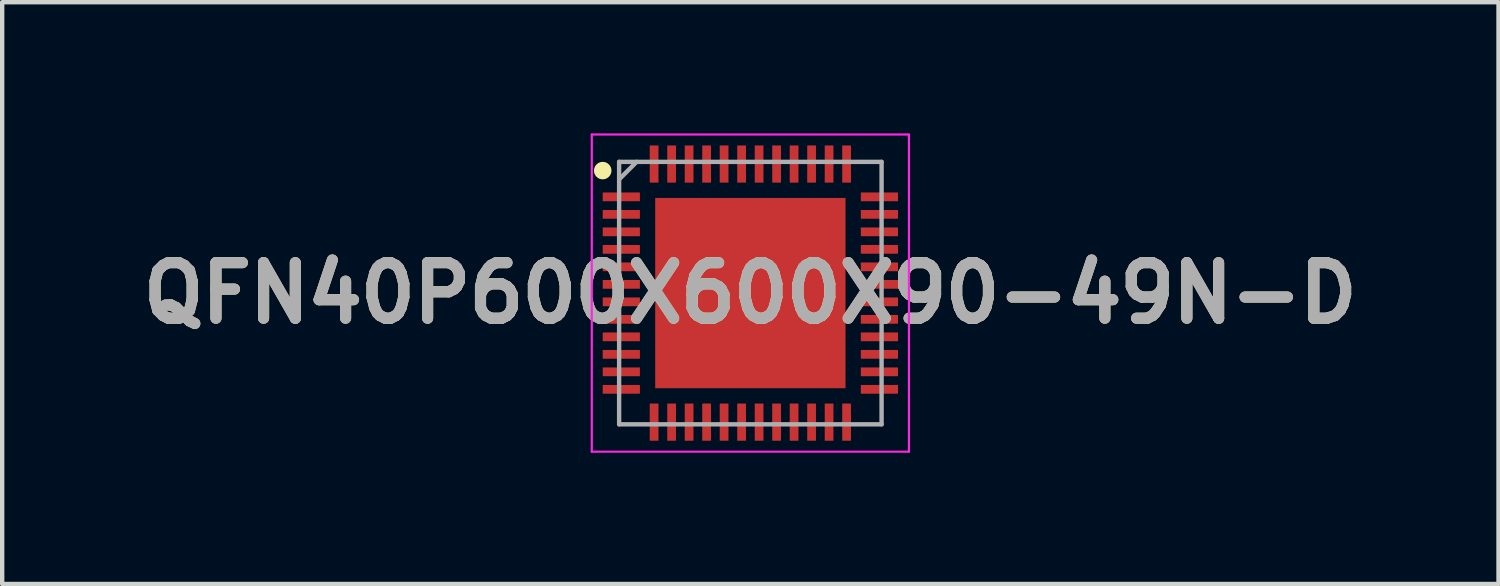
<source format=kicad_pcb>
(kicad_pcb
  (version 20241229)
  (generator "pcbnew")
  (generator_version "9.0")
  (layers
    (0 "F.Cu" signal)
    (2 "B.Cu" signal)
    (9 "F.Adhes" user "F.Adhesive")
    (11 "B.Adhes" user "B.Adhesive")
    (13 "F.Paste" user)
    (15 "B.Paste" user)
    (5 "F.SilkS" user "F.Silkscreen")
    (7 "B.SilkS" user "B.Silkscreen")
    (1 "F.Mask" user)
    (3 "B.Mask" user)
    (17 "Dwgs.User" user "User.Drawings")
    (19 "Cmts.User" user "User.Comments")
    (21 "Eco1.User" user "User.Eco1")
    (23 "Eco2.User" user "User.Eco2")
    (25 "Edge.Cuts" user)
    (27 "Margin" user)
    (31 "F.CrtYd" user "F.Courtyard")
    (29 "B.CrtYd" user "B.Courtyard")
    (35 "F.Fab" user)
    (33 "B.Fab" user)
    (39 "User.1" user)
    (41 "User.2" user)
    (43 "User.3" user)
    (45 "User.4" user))
  (footprint "QFN40P600X600X90-49N-D"
    (layer "F.Cu")
    (at 14.103 3.65)
    (property "Reference" "QFN40P600X600X90-49N-D" (at 0 0 0) (layer "F.SilkS") (effects (font (size 1.27 1.27) (thickness 0.254))))
    (attr smd)
    (fp_circle (center -3.375 -2.8) (end -3.375 -2.7) (stroke (width 0.2) (type solid)) (fill no) (layer "F.SilkS"))
    (fp_line (start -3.625 -3.625) (end 3.625 -3.625) (stroke (width 0.05) (type solid)) (layer "F.CrtYd"))
    (fp_line (start -3.625 3.625) (end -3.625 -3.625) (stroke (width 0.05) (type solid)) (layer "F.CrtYd"))
    (fp_line (start 3.625 -3.625) (end 3.625 3.625) (stroke (width 0.05) (type solid)) (layer "F.CrtYd"))
    (fp_line (start 3.625 3.625) (end -3.625 3.625) (stroke (width 0.05) (type solid)) (layer "F.CrtYd"))
    (fp_line (start -3 -3) (end 3 -3) (stroke (width 0.1) (type solid)) (layer "F.Fab"))
    (fp_line (start -3 -2.6) (end -2.6 -3) (stroke (width 0.1) (type solid)) (layer "F.Fab"))
    (fp_line (start -3 3) (end -3 -3) (stroke (width 0.1) (type solid)) (layer "F.Fab"))
    (fp_line (start 3 -3) (end 3 3) (stroke (width 0.1) (type solid)) (layer "F.Fab"))
    (fp_line (start 3 3) (end -3 3) (stroke (width 0.1) (type solid)) (layer "F.Fab"))
    (fp_text user "${REFERENCE}" (at 0 0 0) (layer "F.Fab") (effects (font (size 1.27 1.27) (thickness 0.254))))
    (pad "1" smd rect (at -2.95 -2.2 90) (size 0.2 0.85) (layers "F.Cu" "F.Mask" "F.Paste"))
    (pad "2" smd rect (at -2.95 -1.8 90) (size 0.2 0.85) (layers "F.Cu" "F.Mask" "F.Paste"))
    (pad "3" smd rect (at -2.95 -1.4 90) (size 0.2 0.85) (layers "F.Cu" "F.Mask" "F.Paste"))
    (pad "4" smd rect (at -2.95 -1 90) (size 0.2 0.85) (layers "F.Cu" "F.Mask" "F.Paste"))
    (pad "5" smd rect (at -2.95 -0.6 90) (size 0.2 0.85) (layers "F.Cu" "F.Mask" "F.Paste"))
    (pad "6" smd rect (at -2.95 -0.2 90) (size 0.2 0.85) (layers "F.Cu" "F.Mask" "F.Paste"))
    (pad "7" smd rect (at -2.95 0.2 90) (size 0.2 0.85) (layers "F.Cu" "F.Mask" "F.Paste"))
    (pad "8" smd rect (at -2.95 0.6 90) (size 0.2 0.85) (layers "F.Cu" "F.Mask" "F.Paste"))
    (pad "9" smd rect (at -2.95 1 90) (size 0.2 0.85) (layers "F.Cu" "F.Mask" "F.Paste"))
    (pad "10" smd rect (at -2.95 1.4 90) (size 0.2 0.85) (layers "F.Cu" "F.Mask" "F.Paste"))
    (pad "11" smd rect (at -2.95 1.8 90) (size 0.2 0.85) (layers "F.Cu" "F.Mask" "F.Paste"))
    (pad "12" smd rect (at -2.95 2.2 90) (size 0.2 0.85) (layers "F.Cu" "F.Mask" "F.Paste"))
    (pad "13" smd rect (at -2.2 2.95) (size 0.2 0.85) (layers "F.Cu" "F.Mask" "F.Paste"))
    (pad "14" smd rect (at -1.8 2.95) (size 0.2 0.85) (layers "F.Cu" "F.Mask" "F.Paste"))
    (pad "15" smd rect (at -1.4 2.95) (size 0.2 0.85) (layers "F.Cu" "F.Mask" "F.Paste"))
    (pad "16" smd rect (at -1 2.95) (size 0.2 0.85) (layers "F.Cu" "F.Mask" "F.Paste"))
    (pad "17" smd rect (at -0.6 2.95) (size 0.2 0.85) (layers "F.Cu" "F.Mask" "F.Paste"))
    (pad "18" smd rect (at -0.2 2.95) (size 0.2 0.85) (layers "F.Cu" "F.Mask" "F.Paste"))
    (pad "19" smd rect (at 0.2 2.95) (size 0.2 0.85) (layers "F.Cu" "F.Mask" "F.Paste"))
    (pad "20" smd rect (at 0.6 2.95) (size 0.2 0.85) (layers "F.Cu" "F.Mask" "F.Paste"))
    (pad "21" smd rect (at 1 2.95) (size 0.2 0.85) (layers "F.Cu" "F.Mask" "F.Paste"))
    (pad "22" smd rect (at 1.4 2.95) (size 0.2 0.85) (layers "F.Cu" "F.Mask" "F.Paste"))
    (pad "23" smd rect (at 1.8 2.95) (size 0.2 0.85) (layers "F.Cu" "F.Mask" "F.Paste"))
    (pad "24" smd rect (at 2.2 2.95) (size 0.2 0.85) (layers "F.Cu" "F.Mask" "F.Paste"))
    (pad "25" smd rect (at 2.95 2.2 90) (size 0.2 0.85) (layers "F.Cu" "F.Mask" "F.Paste"))
    (pad "26" smd rect (at 2.95 1.8 90) (size 0.2 0.85) (layers "F.Cu" "F.Mask" "F.Paste"))
    (pad "27" smd rect (at 2.95 1.4 90) (size 0.2 0.85) (layers "F.Cu" "F.Mask" "F.Paste"))
    (pad "28" smd rect (at 2.95 1 90) (size 0.2 0.85) (layers "F.Cu" "F.Mask" "F.Paste"))
    (pad "29" smd rect (at 2.95 0.6 90) (size 0.2 0.85) (layers "F.Cu" "F.Mask" "F.Paste"))
    (pad "30" smd rect (at 2.95 0.2 90) (size 0.2 0.85) (layers "F.Cu" "F.Mask" "F.Paste"))
    (pad "31" smd rect (at 2.95 -0.2 90) (size 0.2 0.85) (layers "F.Cu" "F.Mask" "F.Paste"))
    (pad "32" smd rect (at 2.95 -0.6 90) (size 0.2 0.85) (layers "F.Cu" "F.Mask" "F.Paste"))
    (pad "33" smd rect (at 2.95 -1 90) (size 0.2 0.85) (layers "F.Cu" "F.Mask" "F.Paste"))
    (pad "34" smd rect (at 2.95 -1.4 90) (size 0.2 0.85) (layers "F.Cu" "F.Mask" "F.Paste"))
    (pad "35" smd rect (at 2.95 -1.8 90) (size 0.2 0.85) (layers "F.Cu" "F.Mask" "F.Paste"))
    (pad "36" smd rect (at 2.95 -2.2 90) (size 0.2 0.85) (layers "F.Cu" "F.Mask" "F.Paste"))
    (pad "37" smd rect (at 2.2 -2.95) (size 0.2 0.85) (layers "F.Cu" "F.Mask" "F.Paste"))
    (pad "38" smd rect (at 1.8 -2.95) (size 0.2 0.85) (layers "F.Cu" "F.Mask" "F.Paste"))
    (pad "39" smd rect (at 1.4 -2.95) (size 0.2 0.85) (layers "F.Cu" "F.Mask" "F.Paste"))
    (pad "40" smd rect (at 1 -2.95) (size 0.2 0.85) (layers "F.Cu" "F.Mask" "F.Paste"))
    (pad "41" smd rect (at 0.6 -2.95) (size 0.2 0.85) (layers "F.Cu" "F.Mask" "F.Paste"))
    (pad "42" smd rect (at 0.2 -2.95) (size 0.2 0.85) (layers "F.Cu" "F.Mask" "F.Paste"))
    (pad "43" smd rect (at -0.2 -2.95) (size 0.2 0.85) (layers "F.Cu" "F.Mask" "F.Paste"))
    (pad "44" smd rect (at -0.6 -2.95) (size 0.2 0.85) (layers "F.Cu" "F.Mask" "F.Paste"))
    (pad "45" smd rect (at -1 -2.95) (size 0.2 0.85) (layers "F.Cu" "F.Mask" "F.Paste"))
    (pad "46" smd rect (at -1.4 -2.95) (size 0.2 0.85) (layers "F.Cu" "F.Mask" "F.Paste"))
    (pad "47" smd rect (at -1.8 -2.95) (size 0.2 0.85) (layers "F.Cu" "F.Mask" "F.Paste"))
    (pad "48" smd rect (at -2.2 -2.95) (size 0.2 0.85) (layers "F.Cu" "F.Mask" "F.Paste"))
    (pad "49" smd rect (at 0 0) (size 4.35 4.35) (layers "F.Cu" "F.Mask" "F.Paste")))
  (gr_rect
    (start -3 -3)
    (end 31.206 10.3)
    (stroke (width 0.1) (type default))
    (fill no)
    (layer "Edge.Cuts")))
</source>
